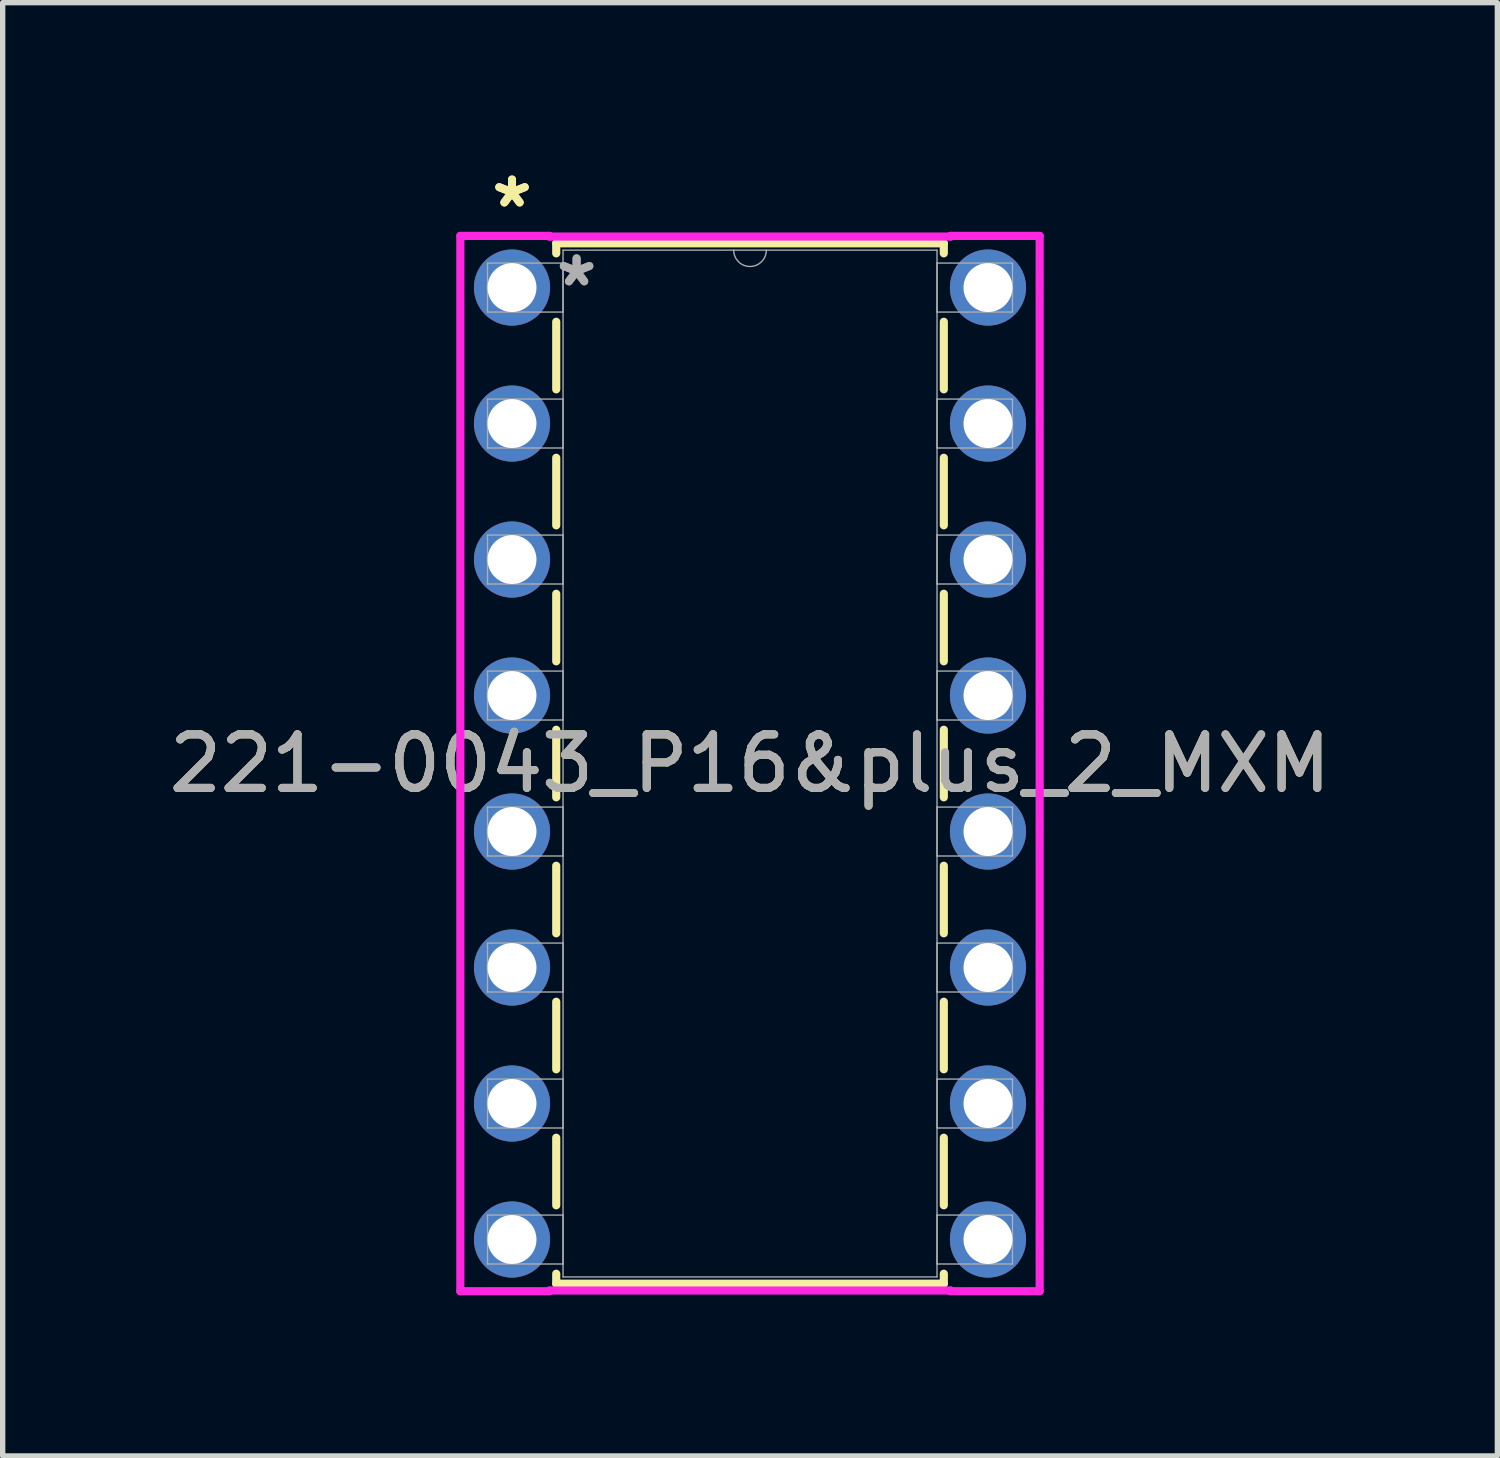
<source format=kicad_pcb>
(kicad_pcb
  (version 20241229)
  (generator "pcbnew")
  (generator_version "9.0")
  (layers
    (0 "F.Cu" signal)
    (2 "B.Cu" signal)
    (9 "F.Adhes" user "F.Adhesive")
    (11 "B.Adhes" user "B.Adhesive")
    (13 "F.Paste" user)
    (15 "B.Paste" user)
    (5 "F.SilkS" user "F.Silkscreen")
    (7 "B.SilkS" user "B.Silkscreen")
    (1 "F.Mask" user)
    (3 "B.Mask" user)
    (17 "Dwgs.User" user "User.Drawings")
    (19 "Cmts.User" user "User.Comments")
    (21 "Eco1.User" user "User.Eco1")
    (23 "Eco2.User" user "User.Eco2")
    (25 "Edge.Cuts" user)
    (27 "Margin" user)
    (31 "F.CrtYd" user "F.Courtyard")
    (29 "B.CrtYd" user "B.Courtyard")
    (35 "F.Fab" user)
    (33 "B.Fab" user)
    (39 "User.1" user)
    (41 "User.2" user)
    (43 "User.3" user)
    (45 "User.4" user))
  (footprint "221-0043_P16&plus_2_MXM"
    (layer "F.Cu")
    (at 6.513 2.321)
    (property "Reference" "221-0043_P16&plus_2_MXM" (at 4.445 8.89 0) (unlocked yes) (layer "F.SilkS") (effects (font (size 1 1) (thickness 0.15))))
    (attr through_hole)
    (fp_line (start 0.826 -0.826) (end 0.826 -0.639) (stroke (width 0.152) (type solid)) (layer "F.SilkS"))
    (fp_line (start 0.826 0.639) (end 0.826 1.901) (stroke (width 0.152) (type solid)) (layer "F.SilkS"))
    (fp_line (start 0.826 3.179) (end 0.826 4.441) (stroke (width 0.152) (type solid)) (layer "F.SilkS"))
    (fp_line (start 0.826 5.719) (end 0.826 6.981) (stroke (width 0.152) (type solid)) (layer "F.SilkS"))
    (fp_line (start 0.826 8.259) (end 0.826 9.521) (stroke (width 0.152) (type solid)) (layer "F.SilkS"))
    (fp_line (start 0.826 10.799) (end 0.826 12.061) (stroke (width 0.152) (type solid)) (layer "F.SilkS"))
    (fp_line (start 0.826 13.339) (end 0.826 14.601) (stroke (width 0.152) (type solid)) (layer "F.SilkS"))
    (fp_line (start 0.826 15.879) (end 0.826 17.141) (stroke (width 0.152) (type solid)) (layer "F.SilkS"))
    (fp_line (start 0.826 18.419) (end 0.826 18.605) (stroke (width 0.152) (type solid)) (layer "F.SilkS"))
    (fp_line (start 0.826 18.605) (end 8.065 18.605) (stroke (width 0.152) (type solid)) (layer "F.SilkS"))
    (fp_line (start 8.065 -0.826) (end 0.826 -0.826) (stroke (width 0.152) (type solid)) (layer "F.SilkS"))
    (fp_line (start 8.065 -0.639) (end 8.065 -0.826) (stroke (width 0.152) (type solid)) (layer "F.SilkS"))
    (fp_line (start 8.065 1.901) (end 8.065 0.639) (stroke (width 0.152) (type solid)) (layer "F.SilkS"))
    (fp_line (start 8.065 4.441) (end 8.065 3.179) (stroke (width 0.152) (type solid)) (layer "F.SilkS"))
    (fp_line (start 8.065 6.981) (end 8.065 5.719) (stroke (width 0.152) (type solid)) (layer "F.SilkS"))
    (fp_line (start 8.065 9.521) (end 8.065 8.259) (stroke (width 0.152) (type solid)) (layer "F.SilkS"))
    (fp_line (start 8.065 12.061) (end 8.065 10.799) (stroke (width 0.152) (type solid)) (layer "F.SilkS"))
    (fp_line (start 8.065 14.601) (end 8.065 13.339) (stroke (width 0.152) (type solid)) (layer "F.SilkS"))
    (fp_line (start 8.065 17.141) (end 8.065 15.879) (stroke (width 0.152) (type solid)) (layer "F.SilkS"))
    (fp_line (start 8.065 18.605) (end 8.065 18.419) (stroke (width 0.152) (type solid)) (layer "F.SilkS"))
    (fp_line (start -0.965 -0.965) (end 0.699 -0.965) (stroke (width 0.152) (type solid)) (layer "F.CrtYd"))
    (fp_line (start -0.965 18.745) (end -0.965 -0.965) (stroke (width 0.152) (type solid)) (layer "F.CrtYd"))
    (fp_line (start 0.699 -0.965) (end 0.699 -0.953) (stroke (width 0.152) (type solid)) (layer "F.CrtYd"))
    (fp_line (start 0.699 -0.953) (end 8.191 -0.953) (stroke (width 0.152) (type solid)) (layer "F.CrtYd"))
    (fp_line (start 0.699 18.733) (end 0.699 18.745) (stroke (width 0.152) (type solid)) (layer "F.CrtYd"))
    (fp_line (start 0.699 18.745) (end -0.965 18.745) (stroke (width 0.152) (type solid)) (layer "F.CrtYd"))
    (fp_line (start 8.191 -0.953) (end 8.191 -0.965) (stroke (width 0.152) (type solid)) (layer "F.CrtYd"))
    (fp_line (start 8.191 18.733) (end 0.699 18.733) (stroke (width 0.152) (type solid)) (layer "F.CrtYd"))
    (fp_line (start 8.191 18.745) (end 8.191 18.733) (stroke (width 0.152) (type solid)) (layer "F.CrtYd"))
    (fp_line (start 9.855 -0.965) (end 8.191 -0.965) (stroke (width 0.152) (type solid)) (layer "F.CrtYd"))
    (fp_line (start 9.855 -0.965) (end 9.855 18.745) (stroke (width 0.152) (type solid)) (layer "F.CrtYd"))
    (fp_line (start 9.855 18.745) (end 8.191 18.745) (stroke (width 0.152) (type solid)) (layer "F.CrtYd"))
    (fp_line (start -0.457 -0.457) (end -0.457 0.457) (stroke (width 0.025) (type solid)) (layer "F.Fab"))
    (fp_line (start -0.457 0.457) (end 0.953 0.457) (stroke (width 0.025) (type solid)) (layer "F.Fab"))
    (fp_line (start -0.457 2.083) (end -0.457 2.997) (stroke (width 0.025) (type solid)) (layer "F.Fab"))
    (fp_line (start -0.457 2.997) (end 0.953 2.997) (stroke (width 0.025) (type solid)) (layer "F.Fab"))
    (fp_line (start -0.457 4.623) (end -0.457 5.537) (stroke (width 0.025) (type solid)) (layer "F.Fab"))
    (fp_line (start -0.457 5.537) (end 0.953 5.537) (stroke (width 0.025) (type solid)) (layer "F.Fab"))
    (fp_line (start -0.457 7.163) (end -0.457 8.077) (stroke (width 0.025) (type solid)) (layer "F.Fab"))
    (fp_line (start -0.457 8.077) (end 0.953 8.077) (stroke (width 0.025) (type solid)) (layer "F.Fab"))
    (fp_line (start -0.457 9.703) (end -0.457 10.617) (stroke (width 0.025) (type solid)) (layer "F.Fab"))
    (fp_line (start -0.457 10.617) (end 0.953 10.617) (stroke (width 0.025) (type solid)) (layer "F.Fab"))
    (fp_line (start -0.457 12.243) (end -0.457 13.157) (stroke (width 0.025) (type solid)) (layer "F.Fab"))
    (fp_line (start -0.457 13.157) (end 0.953 13.157) (stroke (width 0.025) (type solid)) (layer "F.Fab"))
    (fp_line (start -0.457 14.783) (end -0.457 15.697) (stroke (width 0.025) (type solid)) (layer "F.Fab"))
    (fp_line (start -0.457 15.697) (end 0.953 15.697) (stroke (width 0.025) (type solid)) (layer "F.Fab"))
    (fp_line (start -0.457 17.323) (end -0.457 18.237) (stroke (width 0.025) (type solid)) (layer "F.Fab"))
    (fp_line (start -0.457 18.237) (end 0.953 18.237) (stroke (width 0.025) (type solid)) (layer "F.Fab"))
    (fp_line (start 0.953 -0.699) (end 0.953 18.479) (stroke (width 0.025) (type solid)) (layer "F.Fab"))
    (fp_line (start 0.953 -0.457) (end -0.457 -0.457) (stroke (width 0.025) (type solid)) (layer "F.Fab"))
    (fp_line (start 0.953 0.457) (end 0.953 -0.457) (stroke (width 0.025) (type solid)) (layer "F.Fab"))
    (fp_line (start 0.953 2.083) (end -0.457 2.083) (stroke (width 0.025) (type solid)) (layer "F.Fab"))
    (fp_line (start 0.953 2.997) (end 0.953 2.083) (stroke (width 0.025) (type solid)) (layer "F.Fab"))
    (fp_line (start 0.953 4.623) (end -0.457 4.623) (stroke (width 0.025) (type solid)) (layer "F.Fab"))
    (fp_line (start 0.953 5.537) (end 0.953 4.623) (stroke (width 0.025) (type solid)) (layer "F.Fab"))
    (fp_line (start 0.953 7.163) (end -0.457 7.163) (stroke (width 0.025) (type solid)) (layer "F.Fab"))
    (fp_line (start 0.953 8.077) (end 0.953 7.163) (stroke (width 0.025) (type solid)) (layer "F.Fab"))
    (fp_line (start 0.953 9.703) (end -0.457 9.703) (stroke (width 0.025) (type solid)) (layer "F.Fab"))
    (fp_line (start 0.953 10.617) (end 0.953 9.703) (stroke (width 0.025) (type solid)) (layer "F.Fab"))
    (fp_line (start 0.953 12.243) (end -0.457 12.243) (stroke (width 0.025) (type solid)) (layer "F.Fab"))
    (fp_line (start 0.953 13.157) (end 0.953 12.243) (stroke (width 0.025) (type solid)) (layer "F.Fab"))
    (fp_line (start 0.953 14.783) (end -0.457 14.783) (stroke (width 0.025) (type solid)) (layer "F.Fab"))
    (fp_line (start 0.953 15.697) (end 0.953 14.783) (stroke (width 0.025) (type solid)) (layer "F.Fab"))
    (fp_line (start 0.953 17.323) (end -0.457 17.323) (stroke (width 0.025) (type solid)) (layer "F.Fab"))
    (fp_line (start 0.953 18.237) (end 0.953 17.323) (stroke (width 0.025) (type solid)) (layer "F.Fab"))
    (fp_line (start 0.953 18.479) (end 7.938 18.479) (stroke (width 0.025) (type solid)) (layer "F.Fab"))
    (fp_line (start 7.938 -0.699) (end 0.953 -0.699) (stroke (width 0.025) (type solid)) (layer "F.Fab"))
    (fp_line (start 7.938 -0.457) (end 7.938 0.457) (stroke (width 0.025) (type solid)) (layer "F.Fab"))
    (fp_line (start 7.938 0.457) (end 9.347 0.457) (stroke (width 0.025) (type solid)) (layer "F.Fab"))
    (fp_line (start 7.938 2.083) (end 7.938 2.997) (stroke (width 0.025) (type solid)) (layer "F.Fab"))
    (fp_line (start 7.938 2.997) (end 9.347 2.997) (stroke (width 0.025) (type solid)) (layer "F.Fab"))
    (fp_line (start 7.938 4.623) (end 7.938 5.537) (stroke (width 0.025) (type solid)) (layer "F.Fab"))
    (fp_line (start 7.938 5.537) (end 9.347 5.537) (stroke (width 0.025) (type solid)) (layer "F.Fab"))
    (fp_line (start 7.938 7.163) (end 7.938 8.077) (stroke (width 0.025) (type solid)) (layer "F.Fab"))
    (fp_line (start 7.938 8.077) (end 9.347 8.077) (stroke (width 0.025) (type solid)) (layer "F.Fab"))
    (fp_line (start 7.938 9.703) (end 7.938 10.617) (stroke (width 0.025) (type solid)) (layer "F.Fab"))
    (fp_line (start 7.938 10.617) (end 9.347 10.617) (stroke (width 0.025) (type solid)) (layer "F.Fab"))
    (fp_line (start 7.938 12.243) (end 7.938 13.157) (stroke (width 0.025) (type solid)) (layer "F.Fab"))
    (fp_line (start 7.938 13.157) (end 9.347 13.157) (stroke (width 0.025) (type solid)) (layer "F.Fab"))
    (fp_line (start 7.938 14.783) (end 7.938 15.697) (stroke (width 0.025) (type solid)) (layer "F.Fab"))
    (fp_line (start 7.938 15.697) (end 9.347 15.697) (stroke (width 0.025) (type solid)) (layer "F.Fab"))
    (fp_line (start 7.938 17.323) (end 7.938 18.237) (stroke (width 0.025) (type solid)) (layer "F.Fab"))
    (fp_line (start 7.938 18.237) (end 9.347 18.237) (stroke (width 0.025) (type solid)) (layer "F.Fab"))
    (fp_line (start 7.938 18.479) (end 7.938 -0.699) (stroke (width 0.025) (type solid)) (layer "F.Fab"))
    (fp_line (start 9.347 -0.457) (end 7.938 -0.457) (stroke (width 0.025) (type solid)) (layer "F.Fab"))
    (fp_line (start 9.347 0.457) (end 9.347 -0.457) (stroke (width 0.025) (type solid)) (layer "F.Fab"))
    (fp_line (start 9.347 2.083) (end 7.938 2.083) (stroke (width 0.025) (type solid)) (layer "F.Fab"))
    (fp_line (start 9.347 2.997) (end 9.347 2.083) (stroke (width 0.025) (type solid)) (layer "F.Fab"))
    (fp_line (start 9.347 4.623) (end 7.938 4.623) (stroke (width 0.025) (type solid)) (layer "F.Fab"))
    (fp_line (start 9.347 5.537) (end 9.347 4.623) (stroke (width 0.025) (type solid)) (layer "F.Fab"))
    (fp_line (start 9.347 7.163) (end 7.938 7.163) (stroke (width 0.025) (type solid)) (layer "F.Fab"))
    (fp_line (start 9.347 8.077) (end 9.347 7.163) (stroke (width 0.025) (type solid)) (layer "F.Fab"))
    (fp_line (start 9.347 9.703) (end 7.938 9.703) (stroke (width 0.025) (type solid)) (layer "F.Fab"))
    (fp_line (start 9.347 10.617) (end 9.347 9.703) (stroke (width 0.025) (type solid)) (layer "F.Fab"))
    (fp_line (start 9.347 12.243) (end 7.938 12.243) (stroke (width 0.025) (type solid)) (layer "F.Fab"))
    (fp_line (start 9.347 13.157) (end 9.347 12.243) (stroke (width 0.025) (type solid)) (layer "F.Fab"))
    (fp_line (start 9.347 14.783) (end 7.938 14.783) (stroke (width 0.025) (type solid)) (layer "F.Fab"))
    (fp_line (start 9.347 15.697) (end 9.347 14.783) (stroke (width 0.025) (type solid)) (layer "F.Fab"))
    (fp_line (start 9.347 17.323) (end 7.938 17.323) (stroke (width 0.025) (type solid)) (layer "F.Fab"))
    (fp_line (start 9.347 18.237) (end 9.347 17.323) (stroke (width 0.025) (type solid)) (layer "F.Fab"))
    (fp_arc (start 4.7498 -0.6985) (mid 4.445 -0.3937) (end 4.1402 -0.6985) (stroke (width 0.0254) (type solid)) (layer "F.Fab"))
    (fp_text user "*" (at 0 -1.473 0) (layer "F.SilkS") (effects (font (size 1 1) (thickness 0.15))))
    (fp_text user "*" (at 0 -1.473 0) (unlocked yes) (layer "F.SilkS") (effects (font (size 1 1) (thickness 0.15))))
    (fp_text user "${REFERENCE}" (at 4.445 8.89 0) (unlocked yes) (layer "F.Fab") (effects (font (size 1 1) (thickness 0.15))))
    (fp_text user "*" (at 1.206 0 0) (unlocked yes) (layer "F.Fab") (effects (font (size 1 1) (thickness 0.15))))
    (fp_text user "*" (at 1.206 0 0) (layer "F.Fab") (effects (font (size 1 1) (thickness 0.15))))
    (pad "1" thru_hole circle (at 0 0) (size 1.422 1.422) (drill 0.914) (layers "*.Cu" "*.Mask"))
    (pad "2" thru_hole circle (at 0 2.54) (size 1.422 1.422) (drill 0.914) (layers "*.Cu" "*.Mask"))
    (pad "3" thru_hole circle (at 0 5.08) (size 1.422 1.422) (drill 0.914) (layers "*.Cu" "*.Mask"))
    (pad "4" thru_hole circle (at 0 7.62) (size 1.422 1.422) (drill 0.914) (layers "*.Cu" "*.Mask"))
    (pad "5" thru_hole circle (at 0 10.16) (size 1.422 1.422) (drill 0.914) (layers "*.Cu" "*.Mask"))
    (pad "6" thru_hole circle (at 0 12.7) (size 1.422 1.422) (drill 0.914) (layers "*.Cu" "*.Mask"))
    (pad "7" thru_hole circle (at 0 15.24) (size 1.422 1.422) (drill 0.914) (layers "*.Cu" "*.Mask"))
    (pad "8" thru_hole circle (at 0 17.78) (size 1.422 1.422) (drill 0.914) (layers "*.Cu" "*.Mask"))
    (pad "9" thru_hole circle (at 8.89 17.78) (size 1.422 1.422) (drill 0.914) (layers "*.Cu" "*.Mask"))
    (pad "10" thru_hole circle (at 8.89 15.24) (size 1.422 1.422) (drill 0.914) (layers "*.Cu" "*.Mask"))
    (pad "11" thru_hole circle (at 8.89 12.7) (size 1.422 1.422) (drill 0.914) (layers "*.Cu" "*.Mask"))
    (pad "12" thru_hole circle (at 8.89 10.16) (size 1.422 1.422) (drill 0.914) (layers "*.Cu" "*.Mask"))
    (pad "13" thru_hole circle (at 8.89 7.62) (size 1.422 1.422) (drill 0.914) (layers "*.Cu" "*.Mask"))
    (pad "14" thru_hole circle (at 8.89 5.08) (size 1.422 1.422) (drill 0.914) (layers "*.Cu" "*.Mask"))
    (pad "15" thru_hole circle (at 8.89 2.54) (size 1.422 1.422) (drill 0.914) (layers "*.Cu" "*.Mask"))
    (pad "16" thru_hole circle (at 8.89 0) (size 1.422 1.422) (drill 0.914) (layers "*.Cu" "*.Mask")))
  (gr_rect
    (start -3 -3)
    (end 24.917 24.143)
    (stroke (width 0.1) (type default))
    (fill no)
    (layer "Edge.Cuts")))
</source>
